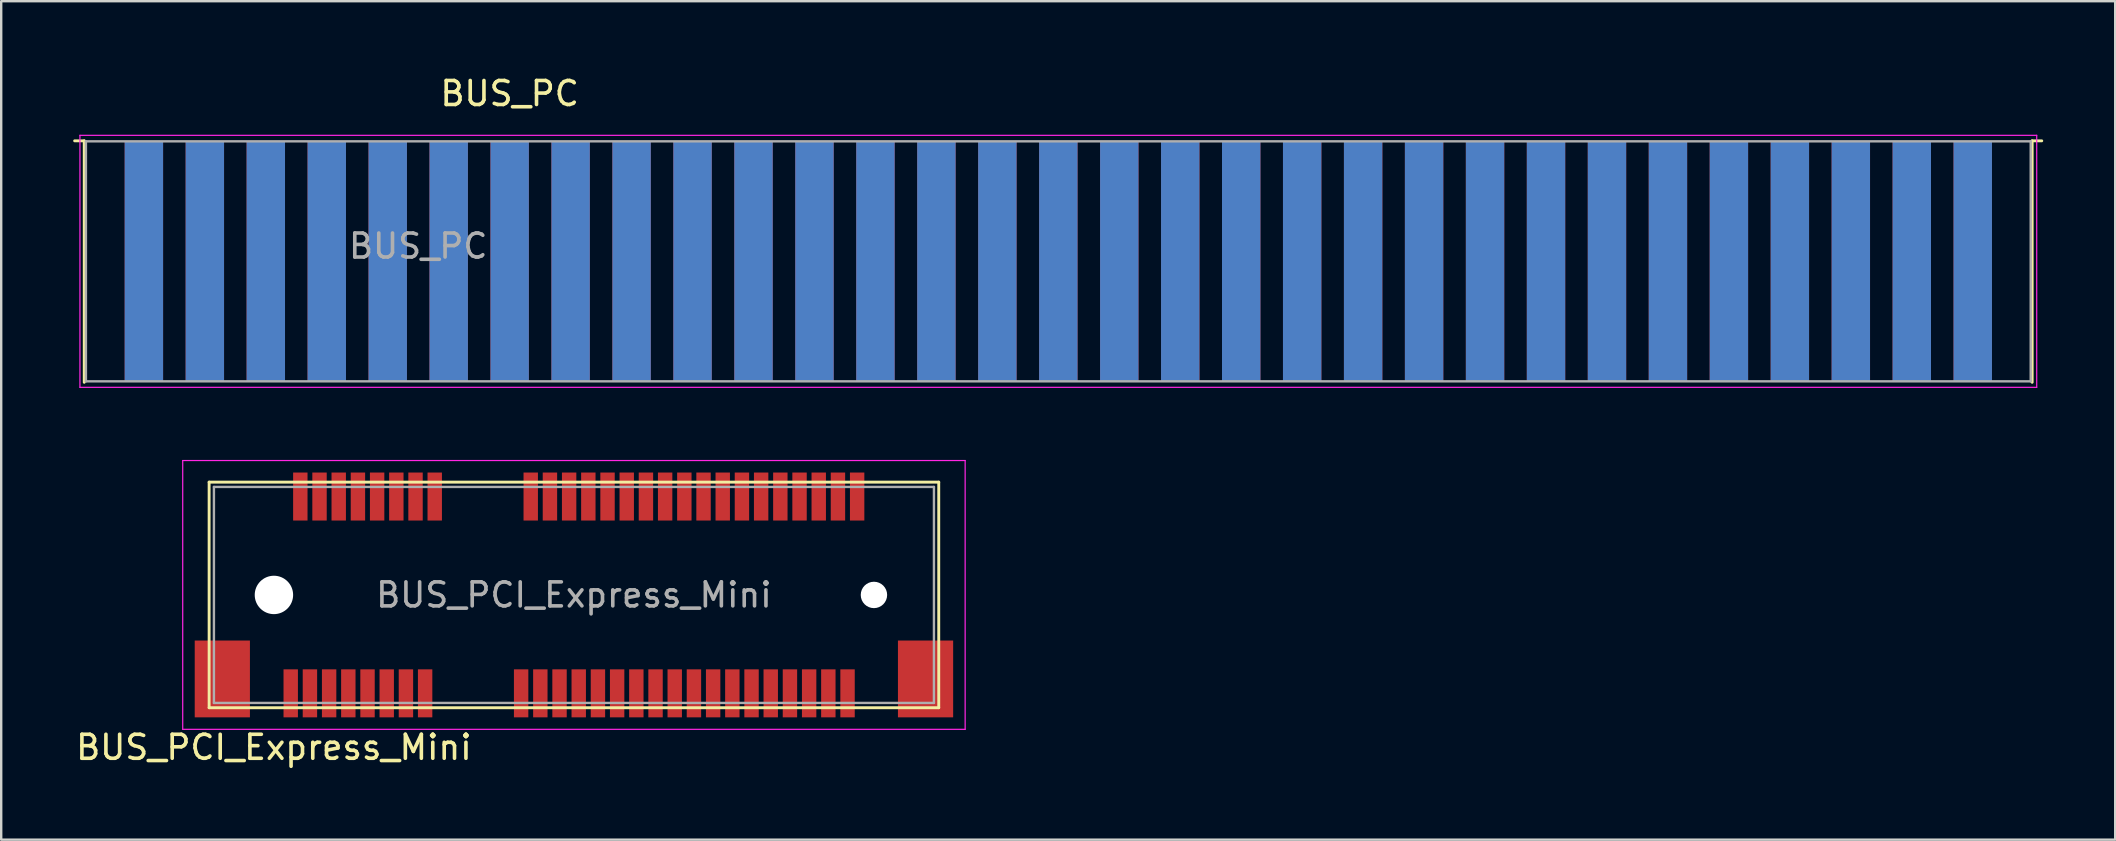
<source format=kicad_pcb>
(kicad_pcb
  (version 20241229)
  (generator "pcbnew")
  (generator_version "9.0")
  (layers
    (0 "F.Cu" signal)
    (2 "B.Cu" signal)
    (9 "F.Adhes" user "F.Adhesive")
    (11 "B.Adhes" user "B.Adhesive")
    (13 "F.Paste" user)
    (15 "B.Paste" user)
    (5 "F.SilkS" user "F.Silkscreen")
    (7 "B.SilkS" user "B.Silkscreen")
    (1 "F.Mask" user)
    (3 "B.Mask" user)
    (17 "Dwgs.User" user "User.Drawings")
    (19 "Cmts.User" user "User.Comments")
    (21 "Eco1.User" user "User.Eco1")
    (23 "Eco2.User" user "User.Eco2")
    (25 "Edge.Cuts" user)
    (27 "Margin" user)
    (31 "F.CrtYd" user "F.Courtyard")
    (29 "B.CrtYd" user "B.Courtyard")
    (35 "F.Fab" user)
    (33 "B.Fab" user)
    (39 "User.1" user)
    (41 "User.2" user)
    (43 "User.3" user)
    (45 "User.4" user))
  (footprint "BUS_PC"
    (layer "F.Cu")
    (at 79.145 7.838)
    (property "Reference" "BUS_PC" (at -60.96 -6.99 0) (layer "F.SilkS") (effects (font (size 1 1) (thickness 0.15))))
    (attr exclude_from_pos_files exclude_from_bom)
    (fp_line (start -78.685 -5.02) (end -79.085 -5.02) (stroke (width 0.12) (type solid)) (layer "F.SilkS"))
    (fp_line (start -78.685 5.04) (end -78.685 -5.02) (stroke (width 0.12) (type solid)) (layer "F.SilkS"))
    (fp_line (start 2.475 -5.02) (end 2.875 -5.02) (stroke (width 0.12) (type solid)) (layer "F.SilkS"))
    (fp_line (start 2.475 5.04) (end 2.475 -5.02) (stroke (width 0.12) (type solid)) (layer "F.SilkS"))
    (fp_line (start -78.865 -5.25) (end -78.865 5.25) (stroke (width 0.05) (type solid)) (layer "F.CrtYd"))
    (fp_line (start -78.865 -5.25) (end 2.665 -5.25) (stroke (width 0.05) (type solid)) (layer "F.CrtYd"))
    (fp_line (start 2.665 5.25) (end -78.865 5.25) (stroke (width 0.05) (type solid)) (layer "F.CrtYd"))
    (fp_line (start 2.665 5.25) (end 2.665 -5.25) (stroke (width 0.05) (type solid)) (layer "F.CrtYd"))
    (fp_line (start -78.615 -5) (end 2.415 -5) (stroke (width 0.1) (type solid)) (layer "F.Fab"))
    (fp_line (start -78.615 5) (end -78.615 -5) (stroke (width 0.1) (type solid)) (layer "F.Fab"))
    (fp_line (start 2.415 -5) (end 2.415 5) (stroke (width 0.1) (type solid)) (layer "F.Fab"))
    (fp_line (start 2.415 5) (end -78.615 5) (stroke (width 0.1) (type solid)) (layer "F.Fab"))
    (fp_text user "${REFERENCE}" (at -64.77 -0.635 0) (layer "F.Fab") (effects (font (size 1 1) (thickness 0.15))))
    (pad "1" connect rect (at 0 0) (size 1.6 10) (layers "B.Cu" "B.Mask"))
    (pad "2" connect rect (at -2.54 0) (size 1.6 10) (layers "B.Cu" "B.Mask"))
    (pad "3" connect rect (at -5.08 0) (size 1.6 10) (layers "B.Cu" "B.Mask"))
    (pad "4" connect rect (at -7.62 0) (size 1.6 10) (layers "B.Cu" "B.Mask"))
    (pad "5" connect rect (at -10.16 0) (size 1.6 10) (layers "B.Cu" "B.Mask"))
    (pad "6" connect rect (at -12.7 0) (size 1.6 10) (layers "B.Cu" "B.Mask"))
    (pad "7" connect rect (at -15.24 0) (size 1.6 10) (layers "B.Cu" "B.Mask"))
    (pad "8" connect rect (at -17.78 0) (size 1.6 10) (layers "B.Cu" "B.Mask"))
    (pad "9" connect rect (at -20.32 0) (size 1.6 10) (layers "B.Cu" "B.Mask"))
    (pad "10" connect rect (at -22.86 0) (size 1.6 10) (layers "B.Cu" "B.Mask"))
    (pad "11" connect rect (at -25.4 0) (size 1.6 10) (layers "B.Cu" "B.Mask"))
    (pad "12" connect rect (at -27.94 0) (size 1.6 10) (layers "B.Cu" "B.Mask"))
    (pad "13" connect rect (at -30.48 0) (size 1.6 10) (layers "B.Cu" "B.Mask"))
    (pad "14" connect rect (at -33.02 0) (size 1.6 10) (layers "B.Cu" "B.Mask"))
    (pad "15" connect rect (at -35.56 0) (size 1.6 10) (layers "B.Cu" "B.Mask"))
    (pad "16" connect rect (at -38.1 0) (size 1.6 10) (layers "B.Cu" "B.Mask"))
    (pad "17" connect rect (at -40.64 0) (size 1.6 10) (layers "B.Cu" "B.Mask"))
    (pad "18" connect rect (at -43.18 0) (size 1.6 10) (layers "B.Cu" "B.Mask"))
    (pad "19" connect rect (at -45.72 0) (size 1.6 10) (layers "B.Cu" "B.Mask"))
    (pad "20" connect rect (at -48.26 0) (size 1.6 10) (layers "B.Cu" "B.Mask"))
    (pad "21" connect rect (at -50.8 0) (size 1.6 10) (layers "B.Cu" "B.Mask"))
    (pad "22" connect rect (at -53.34 0) (size 1.6 10) (layers "B.Cu" "B.Mask"))
    (pad "23" connect rect (at -55.88 0) (size 1.6 10) (layers "B.Cu" "B.Mask"))
    (pad "24" connect rect (at -58.42 0) (size 1.6 10) (layers "B.Cu" "B.Mask"))
    (pad "25" connect rect (at -60.96 0) (size 1.6 10) (layers "B.Cu" "B.Mask"))
    (pad "26" connect rect (at -63.5 0) (size 1.6 10) (layers "B.Cu" "B.Mask"))
    (pad "27" connect rect (at -66.04 0) (size 1.6 10) (layers "B.Cu" "B.Mask"))
    (pad "28" connect rect (at -68.58 0) (size 1.6 10) (layers "B.Cu" "B.Mask"))
    (pad "29" connect rect (at -71.12 0) (size 1.6 10) (layers "B.Cu" "B.Mask"))
    (pad "30" connect rect (at -73.66 0) (size 1.6 10) (layers "B.Cu" "B.Mask"))
    (pad "31" connect rect (at -76.2 0) (size 1.6 10) (layers "B.Cu" "B.Mask"))
    (pad "32" connect rect (at 0 0) (size 1.6 10) (layers "F.Cu" "F.Mask"))
    (pad "33" connect rect (at -2.54 0) (size 1.6 10) (layers "F.Cu" "F.Mask"))
    (pad "34" connect rect (at -5.08 0) (size 1.6 10) (layers "F.Cu" "F.Mask"))
    (pad "35" connect rect (at -7.62 0) (size 1.6 10) (layers "F.Cu" "F.Mask"))
    (pad "36" connect rect (at -10.16 0) (size 1.6 10) (layers "F.Cu" "F.Mask"))
    (pad "37" connect rect (at -12.7 0) (size 1.6 10) (layers "F.Cu" "F.Mask"))
    (pad "38" connect rect (at -15.24 0) (size 1.6 10) (layers "F.Cu" "F.Mask"))
    (pad "39" connect rect (at -17.78 0) (size 1.6 10) (layers "F.Cu" "F.Mask"))
    (pad "40" connect rect (at -20.32 0) (size 1.6 10) (layers "F.Cu" "F.Mask"))
    (pad "41" connect rect (at -22.86 0) (size 1.6 10) (layers "F.Cu" "F.Mask"))
    (pad "42" connect rect (at -25.4 0) (size 1.6 10) (layers "F.Cu" "F.Mask"))
    (pad "43" connect rect (at -27.94 0) (size 1.6 10) (layers "F.Cu" "F.Mask"))
    (pad "44" connect rect (at -30.48 0) (size 1.6 10) (layers "F.Cu" "F.Mask"))
    (pad "45" connect rect (at -33.02 0) (size 1.6 10) (layers "F.Cu" "F.Mask"))
    (pad "46" connect rect (at -35.56 0) (size 1.6 10) (layers "F.Cu" "F.Mask"))
    (pad "47" connect rect (at -38.1 0) (size 1.6 10) (layers "F.Cu" "F.Mask"))
    (pad "48" connect rect (at -40.64 0) (size 1.6 10) (layers "F.Cu" "F.Mask"))
    (pad "49" connect rect (at -43.18 0) (size 1.6 10) (layers "F.Cu" "F.Mask"))
    (pad "50" connect rect (at -45.72 0) (size 1.6 10) (layers "F.Cu" "F.Mask"))
    (pad "51" connect rect (at -48.26 0) (size 1.6 10) (layers "F.Cu" "F.Mask"))
    (pad "52" connect rect (at -50.8 0) (size 1.6 10) (layers "F.Cu" "F.Mask"))
    (pad "53" connect rect (at -53.34 0) (size 1.6 10) (layers "F.Cu" "F.Mask"))
    (pad "54" connect rect (at -55.88 0) (size 1.6 10) (layers "F.Cu" "F.Mask"))
    (pad "55" connect rect (at -58.42 0) (size 1.6 10) (layers "F.Cu" "F.Mask"))
    (pad "56" connect rect (at -60.96 0) (size 1.6 10) (layers "F.Cu" "F.Mask"))
    (pad "57" connect rect (at -63.5 0) (size 1.6 10) (layers "F.Cu" "F.Mask"))
    (pad "58" connect rect (at -66.04 0) (size 1.6 10) (layers "F.Cu" "F.Mask"))
    (pad "59" connect rect (at -68.58 0) (size 1.6 10) (layers "F.Cu" "F.Mask"))
    (pad "60" connect rect (at -71.12 0) (size 1.6 10) (layers "F.Cu" "F.Mask"))
    (pad "61" connect rect (at -73.66 0) (size 1.6 10) (layers "F.Cu" "F.Mask"))
    (pad "62" connect rect (at -76.2 0) (size 1.6 10) (layers "F.Cu" "F.Mask")))
  (footprint "BUS_PCI_Express_Mini"
    (layer "F.Cu")
    (at 20.863 21.738)
    (property "Reference" "BUS_PCI_Express_Mini" (at -12.5 6.35 180) (layer "F.SilkS") (effects (font (size 1 1) (thickness 0.15))))
    (attr smd)
    (fp_line (start -15.2 -4.7) (end -15.2 4.7) (stroke (width 0.12) (type solid)) (layer "F.SilkS"))
    (fp_line (start -15.2 4.7) (end 15.2 4.7) (stroke (width 0.12) (type solid)) (layer "F.SilkS"))
    (fp_line (start 15.2 -4.7) (end -15.2 -4.7) (stroke (width 0.12) (type solid)) (layer "F.SilkS"))
    (fp_line (start 15.2 4.7) (end 15.2 -4.7) (stroke (width 0.12) (type solid)) (layer "F.SilkS"))
    (fp_line (start -16.3 -5.6) (end 16.3 -5.6) (stroke (width 0.05) (type solid)) (layer "F.CrtYd"))
    (fp_line (start -16.3 5.6) (end -16.3 -5.6) (stroke (width 0.05) (type solid)) (layer "F.CrtYd"))
    (fp_line (start 16.3 -5.6) (end 16.3 5.6) (stroke (width 0.05) (type solid)) (layer "F.CrtYd"))
    (fp_line (start 16.3 5.6) (end -16.3 5.6) (stroke (width 0.05) (type solid)) (layer "F.CrtYd"))
    (fp_line (start -15 -4.5) (end -15 4.5) (stroke (width 0.1) (type solid)) (layer "F.Fab"))
    (fp_line (start -15 4.5) (end 15 4.5) (stroke (width 0.1) (type solid)) (layer "F.Fab"))
    (fp_line (start 15 -4.5) (end -15 -4.5) (stroke (width 0.1) (type solid)) (layer "F.Fab"))
    (fp_line (start 15 4.5) (end 15 -4.5) (stroke (width 0.1) (type solid)) (layer "F.Fab"))
    (fp_text user "${REFERENCE}" (at 0 0 0) (layer "F.Fab") (effects (font (size 1 1) (thickness 0.15))))
    (pad "" np_thru_hole circle (at -12.5 0) (size 1.6 1.6) (drill 1.6) (layers "*.Cu" "*.Mask"))
    (pad "" np_thru_hole circle (at 12.5 0) (size 1.1 1.1) (drill 1.1) (layers "*.Cu" "*.Mask"))
    (pad "1" smd rect (at -11.8 4.1) (size 0.6 2) (layers "F.Cu" "F.Mask" "F.Paste"))
    (pad "2" smd rect (at -11.4 -4.1) (size 0.6 2) (layers "F.Cu" "F.Mask" "F.Paste"))
    (pad "3" smd rect (at -11 4.1) (size 0.6 2) (layers "F.Cu" "F.Mask" "F.Paste"))
    (pad "4" smd rect (at -10.6 -4.1) (size 0.6 2) (layers "F.Cu" "F.Mask" "F.Paste"))
    (pad "5" smd rect (at -10.2 4.1) (size 0.6 2) (layers "F.Cu" "F.Mask" "F.Paste"))
    (pad "6" smd rect (at -9.8 -4.1) (size 0.6 2) (layers "F.Cu" "F.Mask" "F.Paste"))
    (pad "7" smd rect (at -9.4 4.1) (size 0.6 2) (layers "F.Cu" "F.Mask" "F.Paste"))
    (pad "8" smd rect (at -9 -4.1) (size 0.6 2) (layers "F.Cu" "F.Mask" "F.Paste"))
    (pad "9" smd rect (at -8.6 4.1) (size 0.6 2) (layers "F.Cu" "F.Mask" "F.Paste"))
    (pad "10" smd rect (at -8.2 -4.1) (size 0.6 2) (layers "F.Cu" "F.Mask" "F.Paste"))
    (pad "11" smd rect (at -7.8 4.1) (size 0.6 2) (layers "F.Cu" "F.Mask" "F.Paste"))
    (pad "12" smd rect (at -7.4 -4.1) (size 0.6 2) (layers "F.Cu" "F.Mask" "F.Paste"))
    (pad "13" smd rect (at -7 4.1) (size 0.6 2) (layers "F.Cu" "F.Mask" "F.Paste"))
    (pad "14" smd rect (at -6.6 -4.1) (size 0.6 2) (layers "F.Cu" "F.Mask" "F.Paste"))
    (pad "15" smd rect (at -6.2 4.1) (size 0.6 2) (layers "F.Cu" "F.Mask" "F.Paste"))
    (pad "16" smd rect (at -5.8 -4.1) (size 0.6 2) (layers "F.Cu" "F.Mask" "F.Paste"))
    (pad "17" smd rect (at -2.2 4.1) (size 0.6 2) (layers "F.Cu" "F.Mask" "F.Paste"))
    (pad "18" smd rect (at -1.8 -4.1) (size 0.6 2) (layers "F.Cu" "F.Mask" "F.Paste"))
    (pad "19" smd rect (at -1.4 4.1) (size 0.6 2) (layers "F.Cu" "F.Mask" "F.Paste"))
    (pad "20" smd rect (at -1 -4.1) (size 0.6 2) (layers "F.Cu" "F.Mask" "F.Paste"))
    (pad "21" smd rect (at -0.6 4.1) (size 0.6 2) (layers "F.Cu" "F.Mask" "F.Paste"))
    (pad "22" smd rect (at -0.2 -4.1) (size 0.6 2) (layers "F.Cu" "F.Mask" "F.Paste"))
    (pad "23" smd rect (at 0.2 4.1) (size 0.6 2) (layers "F.Cu" "F.Mask" "F.Paste"))
    (pad "24" smd rect (at 0.6 -4.1) (size 0.6 2) (layers "F.Cu" "F.Mask" "F.Paste"))
    (pad "25" smd rect (at 1 4.1) (size 0.6 2) (layers "F.Cu" "F.Mask" "F.Paste"))
    (pad "26" smd rect (at 1.4 -4.1) (size 0.6 2) (layers "F.Cu" "F.Mask" "F.Paste"))
    (pad "27" smd rect (at 1.8 4.1) (size 0.6 2) (layers "F.Cu" "F.Mask" "F.Paste"))
    (pad "28" smd rect (at 2.2 -4.1) (size 0.6 2) (layers "F.Cu" "F.Mask" "F.Paste"))
    (pad "29" smd rect (at 2.6 4.1) (size 0.6 2) (layers "F.Cu" "F.Mask" "F.Paste"))
    (pad "30" smd rect (at 3 -4.1) (size 0.6 2) (layers "F.Cu" "F.Mask" "F.Paste"))
    (pad "31" smd rect (at 3.4 4.1) (size 0.6 2) (layers "F.Cu" "F.Mask" "F.Paste"))
    (pad "32" smd rect (at 3.8 -4.1) (size 0.6 2) (layers "F.Cu" "F.Mask" "F.Paste"))
    (pad "33" smd rect (at 4.2 4.1) (size 0.6 2) (layers "F.Cu" "F.Mask" "F.Paste"))
    (pad "34" smd rect (at 4.6 -4.1) (size 0.6 2) (layers "F.Cu" "F.Mask" "F.Paste"))
    (pad "35" smd rect (at 5 4.1) (size 0.6 2) (layers "F.Cu" "F.Mask" "F.Paste"))
    (pad "36" smd rect (at 5.4 -4.1) (size 0.6 2) (layers "F.Cu" "F.Mask" "F.Paste"))
    (pad "37" smd rect (at 5.8 4.1) (size 0.6 2) (layers "F.Cu" "F.Mask" "F.Paste"))
    (pad "38" smd rect (at 6.2 -4.1) (size 0.6 2) (layers "F.Cu" "F.Mask" "F.Paste"))
    (pad "39" smd rect (at 6.6 4.1) (size 0.6 2) (layers "F.Cu" "F.Mask" "F.Paste"))
    (pad "40" smd rect (at 7 -4.1) (size 0.6 2) (layers "F.Cu" "F.Mask" "F.Paste"))
    (pad "41" smd rect (at 7.4 4.1) (size 0.6 2) (layers "F.Cu" "F.Mask" "F.Paste"))
    (pad "42" smd rect (at 7.8 -4.1) (size 0.6 2) (layers "F.Cu" "F.Mask" "F.Paste"))
    (pad "43" smd rect (at 8.2 4.1) (size 0.6 2) (layers "F.Cu" "F.Mask" "F.Paste"))
    (pad "44" smd rect (at 8.6 -4.1) (size 0.6 2) (layers "F.Cu" "F.Mask" "F.Paste"))
    (pad "45" smd rect (at 9 4.1) (size 0.6 2) (layers "F.Cu" "F.Mask" "F.Paste"))
    (pad "46" smd rect (at 9.4 -4.1) (size 0.6 2) (layers "F.Cu" "F.Mask" "F.Paste"))
    (pad "47" smd rect (at 9.8 4.1) (size 0.6 2) (layers "F.Cu" "F.Mask" "F.Paste"))
    (pad "48" smd rect (at 10.2 -4.1) (size 0.6 2) (layers "F.Cu" "F.Mask" "F.Paste"))
    (pad "49" smd rect (at 10.6 4.1) (size 0.6 2) (layers "F.Cu" "F.Mask" "F.Paste"))
    (pad "50" smd rect (at 11 -4.1) (size 0.6 2) (layers "F.Cu" "F.Mask" "F.Paste"))
    (pad "51" smd rect (at 11.4 4.1) (size 0.6 2) (layers "F.Cu" "F.Mask" "F.Paste"))
    (pad "52" smd rect (at 11.8 -4.1) (size 0.6 2) (layers "F.Cu" "F.Mask" "F.Paste"))
    (pad "MP" smd rect (at -14.65 3.5) (size 2.3 3.2) (layers "F.Cu" "F.Mask" "F.Paste"))
    (pad "MP" smd rect (at 14.65 3.5) (size 2.3 3.2) (layers "F.Cu" "F.Mask" "F.Paste")))
  (gr_rect
    (start -3 -3)
    (end 85.08 31.936)
    (stroke (width 0.1) (type default))
    (fill no)
    (layer "Edge.Cuts")))
</source>
